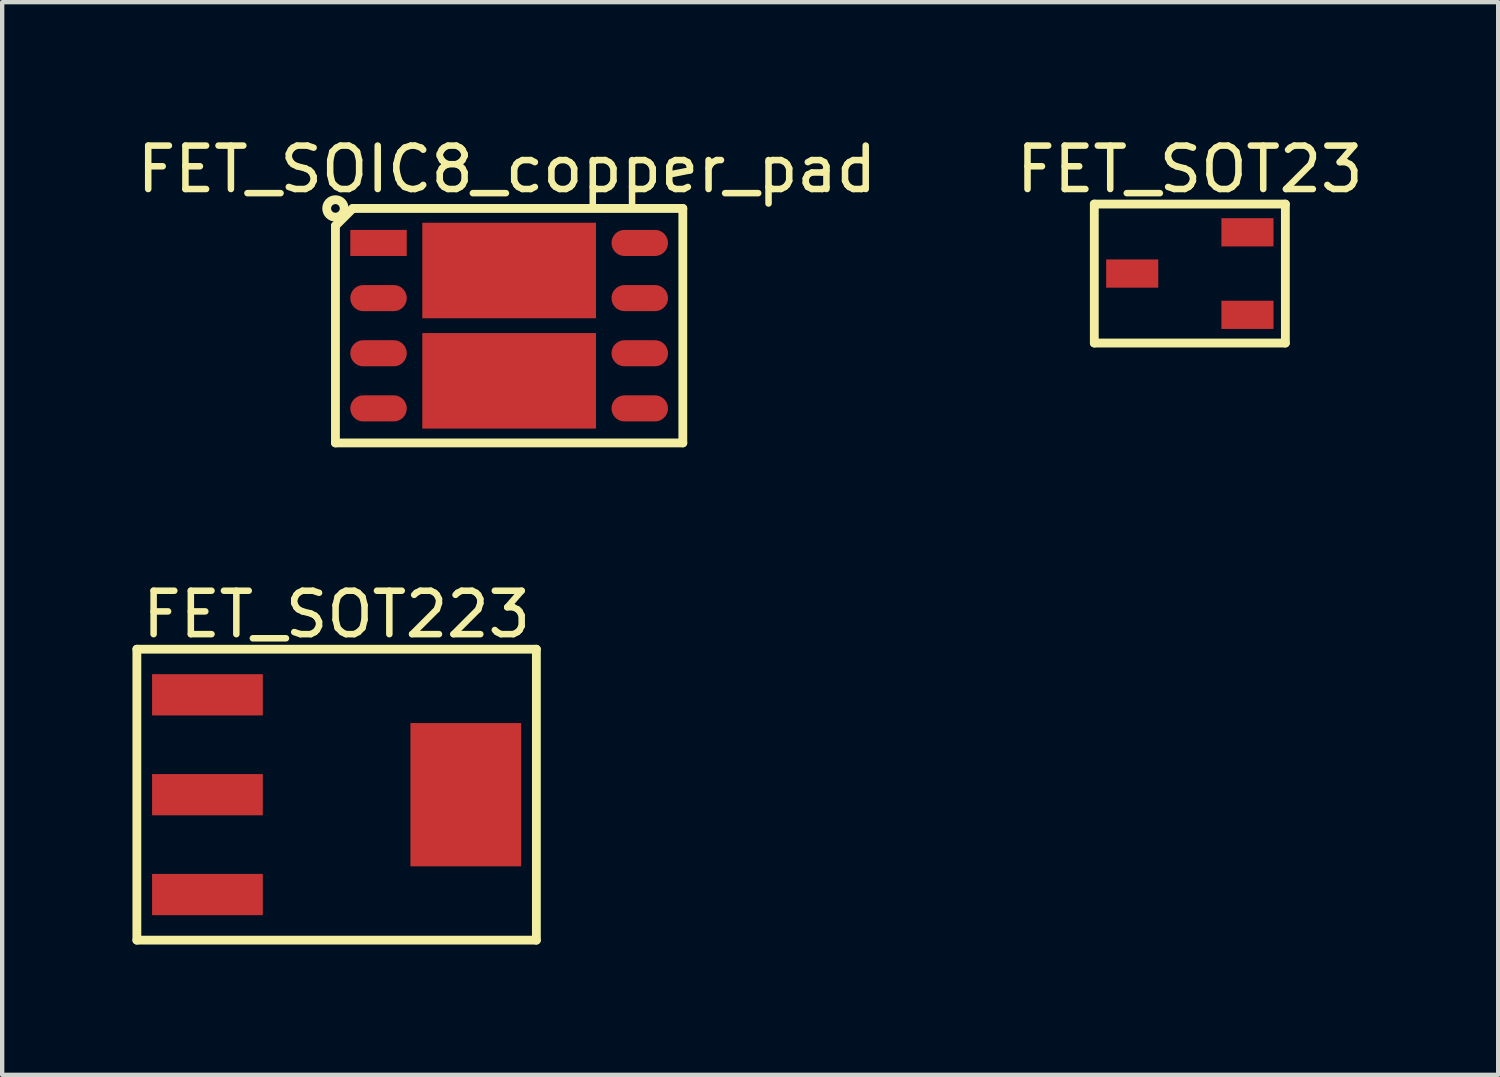
<source format=kicad_pcb>
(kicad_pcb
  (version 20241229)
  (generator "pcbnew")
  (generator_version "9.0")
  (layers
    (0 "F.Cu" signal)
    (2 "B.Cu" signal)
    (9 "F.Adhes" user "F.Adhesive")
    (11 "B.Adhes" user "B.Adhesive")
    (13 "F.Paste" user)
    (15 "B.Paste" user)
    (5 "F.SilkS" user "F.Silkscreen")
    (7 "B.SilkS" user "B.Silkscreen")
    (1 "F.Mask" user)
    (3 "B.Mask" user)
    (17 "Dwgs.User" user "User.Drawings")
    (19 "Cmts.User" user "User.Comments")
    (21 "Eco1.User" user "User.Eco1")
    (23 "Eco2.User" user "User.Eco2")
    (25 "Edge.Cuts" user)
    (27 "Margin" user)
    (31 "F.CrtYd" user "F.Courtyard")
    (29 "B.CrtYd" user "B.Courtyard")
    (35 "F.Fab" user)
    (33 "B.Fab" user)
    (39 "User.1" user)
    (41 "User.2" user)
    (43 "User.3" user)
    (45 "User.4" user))
  (footprint "FET_SOT223"
    (layer "F.Cu")
    (at 4.702 15.251)
    (property "Reference" "FET_SOT223" (at 0 -4.152 0) (layer "F.SilkS") (effects (font (size 1 1) (thickness 0.15))))
    (fp_line (start -4.6 -3.35) (end 4.6 -3.35) (stroke (width 0.203) (type solid)) (layer "F.SilkS"))
    (fp_line (start -4.6 3.35) (end -4.6 -3.35) (stroke (width 0.203) (type solid)) (layer "F.SilkS"))
    (fp_line (start -4.6 3.35) (end 4.6 3.35) (stroke (width 0.203) (type solid)) (layer "F.SilkS"))
    (fp_line (start 4.6 3.35) (end 4.6 -3.35) (stroke (width 0.203) (type solid)) (layer "F.SilkS"))
    (pad "D" smd rect (at -2.975 0 90) (size 0.95 2.55) (layers "F.Cu" "F.Mask" "F.Paste"))
    (pad "D" smd rect (at 2.975 0 90) (size 3.3 2.55) (layers "F.Cu" "F.Mask" "F.Paste"))
    (pad "G" smd rect (at -2.975 -2.3 90) (size 0.95 2.55) (layers "F.Cu" "F.Mask" "F.Paste"))
    (pad "S" smd rect (at -2.975 2.3 90) (size 0.95 2.55) (layers "F.Cu" "F.Mask" "F.Paste")))
  (footprint "FET_SOIC8_copper_pad"
    (layer "F.Cu")
    (at 8.675 4.45)
    (property "Reference" "FET_SOIC8_copper_pad" (at -0.05 -3.602 0) (layer "F.SilkS") (effects (font (size 1 1) (thickness 0.15))))
    (fp_line (start -4 -2.3) (end -3.6 -2.7) (stroke (width 0.203) (type solid)) (layer "F.SilkS"))
    (fp_line (start -4 2.7) (end -4 -2.3) (stroke (width 0.203) (type solid)) (layer "F.SilkS"))
    (fp_line (start -4 2.7) (end 4 2.7) (stroke (width 0.203) (type solid)) (layer "F.SilkS"))
    (fp_line (start -3.6 -2.7) (end 4 -2.7) (stroke (width 0.203) (type solid)) (layer "F.SilkS"))
    (fp_line (start 4 2.7) (end 4 -2.7) (stroke (width 0.203) (type solid)) (layer "F.SilkS"))
    (fp_circle (center -4 -2.7) (end -4 -2.8) (stroke (width 0.203) (type solid)) (fill no) (layer "F.SilkS"))
    (pad "D" smd rect (at 0 -1.27 90) (size 2.2 4) (layers "F.Cu" "F.Mask" "F.Paste"))
    (pad "D" smd rect (at 0 1.27 90) (size 2.2 4) (layers "F.Cu" "F.Mask" "F.Paste"))
    (pad "D" smd oval (at 3.008 -1.905 90) (size 0.6 1.3) (layers "F.Cu" "F.Mask" "F.Paste"))
    (pad "D" smd oval (at 3.008 -0.635 90) (size 0.6 1.3) (layers "F.Cu" "F.Mask" "F.Paste"))
    (pad "D" smd oval (at 3.008 0.635 90) (size 0.6 1.3) (layers "F.Cu" "F.Mask" "F.Paste"))
    (pad "D" smd oval (at 3.008 1.905 90) (size 0.6 1.3) (layers "F.Cu" "F.Mask" "F.Paste"))
    (pad "G" smd oval (at -3.008 1.905 90) (size 0.6 1.3) (layers "F.Cu" "F.Mask" "F.Paste"))
    (pad "S" smd rect (at -3.008 -1.905 90) (size 0.6 1.3) (layers "F.Cu" "F.Mask" "F.Paste"))
    (pad "S" smd oval (at -3.008 -0.635 90) (size 0.6 1.3) (layers "F.Cu" "F.Mask" "F.Paste"))
    (pad "S" smd oval (at -3.008 0.635 90) (size 0.6 1.3) (layers "F.Cu" "F.Mask" "F.Paste")))
  (footprint "FET_SOT23"
    (layer "F.Cu")
    (at 24.351 3.25)
    (property "Reference" "FET_SOT23" (at 0 -2.402 0) (layer "F.SilkS") (effects (font (size 1 1) (thickness 0.15))))
    (fp_line (start -2.2 -1.6) (end 2.2 -1.6) (stroke (width 0.203) (type solid)) (layer "F.SilkS"))
    (fp_line (start -2.2 1.6) (end -2.2 -1.6) (stroke (width 0.203) (type solid)) (layer "F.SilkS"))
    (fp_line (start -2.2 1.6) (end 2.2 1.6) (stroke (width 0.203) (type solid)) (layer "F.SilkS"))
    (fp_line (start 2.2 1.6) (end 2.2 -1.6) (stroke (width 0.203) (type solid)) (layer "F.SilkS"))
    (pad "D" smd rect (at -1.327 0 90) (size 0.65 1.2) (layers "F.Cu" "F.Mask" "F.Paste"))
    (pad "G" smd rect (at 1.327 0.95 90) (size 0.65 1.2) (layers "F.Cu" "F.Mask" "F.Paste"))
    (pad "S" smd rect (at 1.327 -0.95 90) (size 0.65 1.2) (layers "F.Cu" "F.Mask" "F.Paste")))
  (gr_rect
    (start -3 -3)
    (end 31.452 21.703)
    (stroke (width 0.1) (type default))
    (fill no)
    (layer "Edge.Cuts")))
</source>
